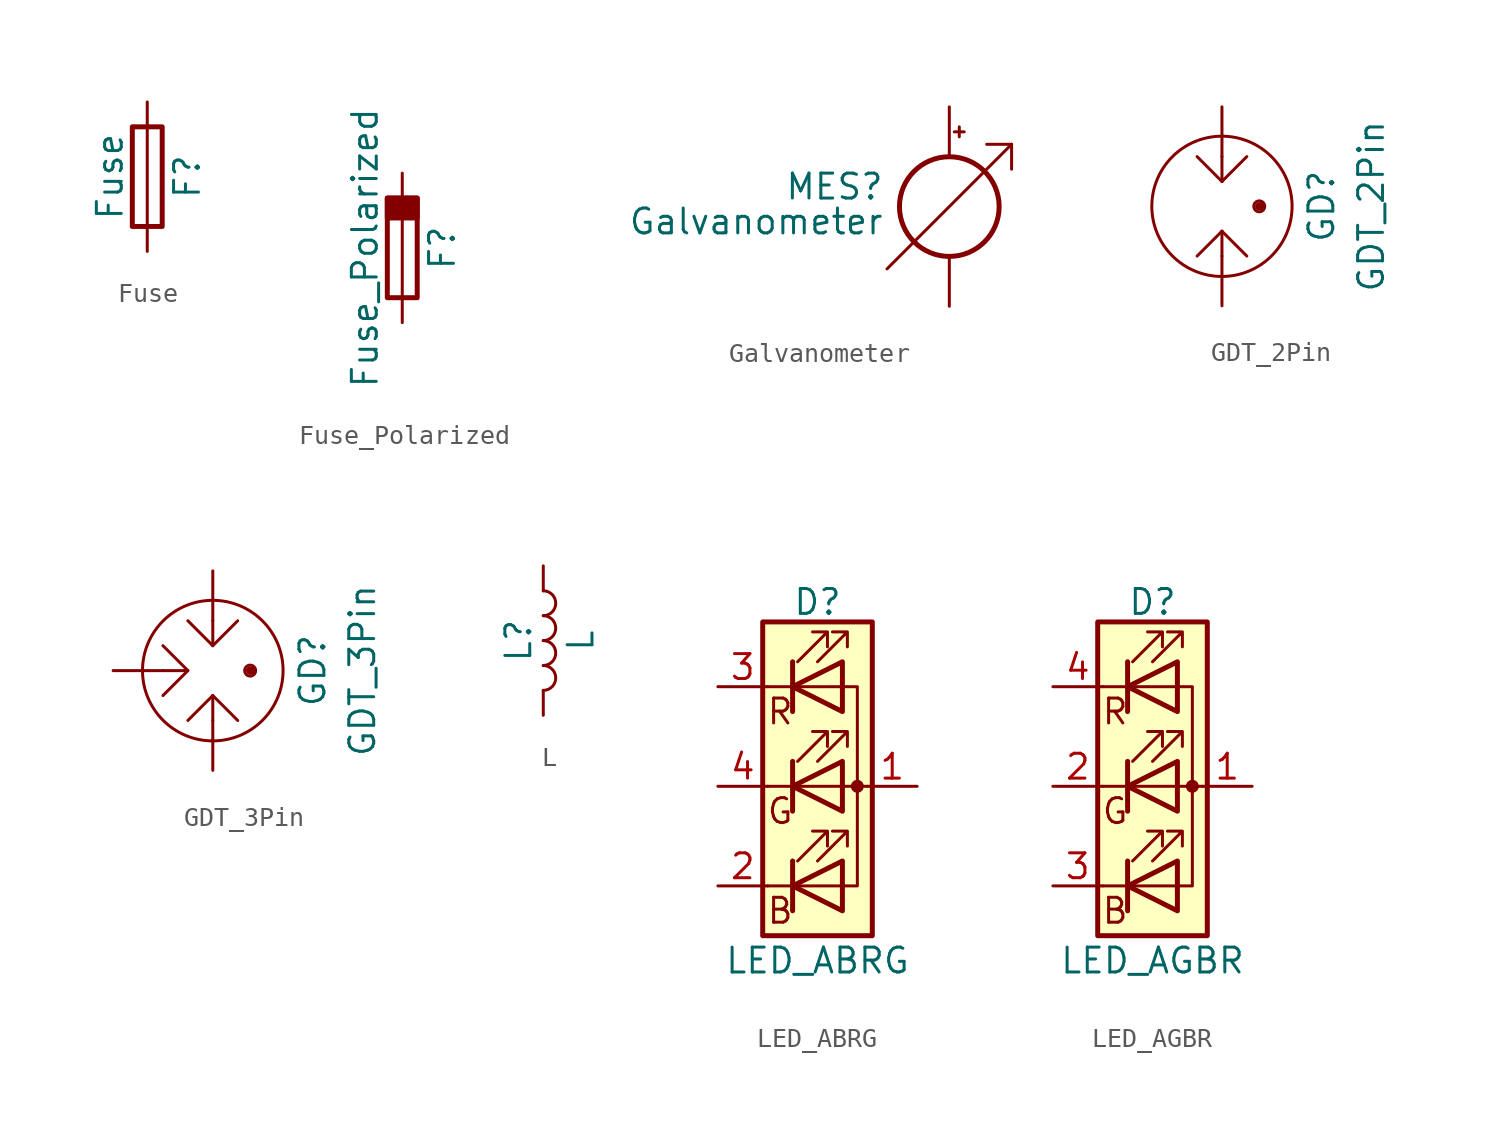
<source format=kicad_sym>
(kicad_symbol_lib
  (version 20211014)
  (generator kicad_symbol_editor)
  (symbol "Fuse"
    (pin_numbers hide)
    (pin_names
      (offset 0))
    (property "Reference" "F"
      (at 2.032 0 90)
      (effects (font (size 1.27 1.27))))
    (property "Value" "Fuse"
      (at -1.905 0 90)
      (effects (font (size 1.27 1.27))))
    (symbol "Fuse_0_1"
      (rectangle (start -0.762 -2.54) (end 0.762 2.54) (stroke (width 0.254) (type default) (color 0 0 0 0)) (fill (type none)))
      (polyline (pts (xy 0 2.54) (xy 0 -2.54)) (stroke (width 0) (type default) (color 0 0 0 0)) (fill (type none))))
    (symbol "Fuse_1_1"
      (pin passive line (at 0 3.81 270) (length 1.27) (name "~" (effects (font (size 1.27 1.27)))) (number "1" (effects (font (size 1.27 1.27)))))
      (pin passive line (at 0 -3.81 90) (length 1.27) (name "~" (effects (font (size 1.27 1.27)))) (number "2" (effects (font (size 1.27 1.27)))))))
  (symbol "Fuse_Polarized"
    (pin_numbers hide)
    (pin_names
      (offset 0))
    (property "Reference" "F"
      (at 2.032 0 90)
      (effects (font (size 1.27 1.27))))
    (property "Value" "Fuse_Polarized"
      (at -1.905 0 90)
      (effects (font (size 1.27 1.27))))
    (symbol "Fuse_Polarized_0_1"
      (rectangle (start -0.762 -2.54) (end 0.762 2.54) (stroke (width 0.254) (type default) (color 0 0 0 0)) (fill (type none)))
      (rectangle (start -0.762 2.54) (end 0.762 1.524) (stroke (width 0.254) (type default) (color 0 0 0 0)) (fill (type outline)))
      (polyline (pts (xy 0 2.54) (xy 0 -2.54)) (stroke (width 0) (type default) (color 0 0 0 0)) (fill (type none))))
    (symbol "Fuse_Polarized_1_1"
      (pin power_in line (at 0 3.81 270) (length 1.27) (name "~" (effects (font (size 1.27 1.27)))) (number "1" (effects (font (size 1.27 1.27)))))
      (pin power_out line (at 0 -3.81 90) (length 1.27) (name "~" (effects (font (size 1.27 1.27)))) (number "2" (effects (font (size 1.27 1.27)))))))
  (symbol "Galvanometer"
    (pin_numbers hide)
    (pin_names
      (offset 0.025) hide)
    (property "Reference" "MES"
      (at -3.302 1.016 0)
      (effects (font (size 1.27 1.27)) (justify right)))
    (property "Value" "Galvanometer"
      (at -3.302 -0.762 0)
      (effects (font (size 1.27 1.27)) (justify right)))
    (symbol "Galvanometer_0_0"
      (polyline (pts (xy -3.175 -3.175) (xy 3.175 3.175)) (stroke (width 0) (type default) (color 0 0 0 0)) (fill (type none)))
      (polyline (pts (xy 1.905 3.175) (xy 3.175 3.175) (xy 3.175 1.905)) (stroke (width 0) (type default) (color 0 0 0 0)) (fill (type none))))
    (symbol "Galvanometer_0_1"
      (polyline (pts (xy 0.254 3.81) (xy 0.762 3.81)) (stroke (width 0) (type default) (color 0 0 0 0)) (fill (type none)))
      (polyline (pts (xy 0.508 4.064) (xy 0.508 3.556)) (stroke (width 0) (type default) (color 0 0 0 0)) (fill (type none)))
      (circle (center 0 0) (radius 2.54) (stroke (width 0.254) (type default) (color 0 0 0 0)) (fill (type none))))
    (symbol "Galvanometer_1_1"
      (pin passive line (at 0 -5.08 90) (length 2.54) (name "-" (effects (font (size 1.27 1.27)))) (number "1" (effects (font (size 1.27 1.27)))))
      (pin passive line (at 0 5.08 270) (length 2.54) (name "+" (effects (font (size 1.27 1.27)))) (number "2" (effects (font (size 1.27 1.27)))))))
  (symbol "GDT_2Pin"
    (pin_numbers hide)
    (property "Reference" "GD"
      (at 5.08 0 90)
      (effects (font (size 1.27 1.27))))
    (property "Value" "GDT_2Pin"
      (at 7.62 0 90)
      (effects (font (size 1.27 1.27))))
    (symbol "GDT_2Pin_0_1"
      (polyline (pts (xy 0 -2.54) (xy 0 -1.27)) (stroke (width 0) (type default) (color 0 0 0 0)) (fill (type none)))
      (polyline (pts (xy 0 -1.27) (xy -1.27 -2.54)) (stroke (width 0) (type default) (color 0 0 0 0)) (fill (type none)))
      (polyline (pts (xy 0 -1.27) (xy 1.27 -2.54)) (stroke (width 0) (type default) (color 0 0 0 0)) (fill (type none)))
      (polyline (pts (xy 0 1.27) (xy -1.27 2.54)) (stroke (width 0) (type default) (color 0 0 0 0)) (fill (type none)))
      (polyline (pts (xy 0 1.27) (xy 1.27 2.54)) (stroke (width 0) (type default) (color 0 0 0 0)) (fill (type none)))
      (polyline (pts (xy 0 2.54) (xy 0 1.27)) (stroke (width 0) (type default) (color 0 0 0 0)) (fill (type none)))
      (circle (center 0 0) (radius 3.581) (stroke (width 0) (type default) (color 0 0 0 0)) (fill (type none)))
      (circle (center 1.905 0) (radius 0.127) (stroke (width 0) (type default) (color 0 0 0 0)) (fill (type none)))
      (circle (center 1.905 0) (radius 0.127) (stroke (width 0) (type default) (color 0 0 0 0)) (fill (type none)))
      (circle (center 1.905 0) (radius 0.279) (stroke (width 0) (type default) (color 0 0 0 0)) (fill (type none)))
      (circle (center 2.032 0) (radius 0.127) (stroke (width 0) (type default) (color 0 0 0 0)) (fill (type none))))
    (symbol "GDT_2Pin_1_1"
      (pin passive line (at 0 -5.08 90) (length 2.54) (name "~" (effects (font (size 1.27 1.27)))) (number "1" (effects (font (size 1.27 1.27)))))
      (pin passive line (at 0 5.08 270) (length 2.54) (name "~" (effects (font (size 1.27 1.27)))) (number "3" (effects (font (size 1.27 1.27)))))))
  (symbol "GDT_3Pin"
    (pin_numbers hide)
    (property "Reference" "GD"
      (at 5.08 0 90)
      (effects (font (size 1.27 1.27))))
    (property "Value" "GDT_3Pin"
      (at 7.62 0 90)
      (effects (font (size 1.27 1.27))))
    (symbol "GDT_3Pin_0_1"
      (polyline (pts (xy -2.54 0) (xy -1.27 0)) (stroke (width 0) (type default) (color 0 0 0 0)) (fill (type none)))
      (polyline (pts (xy 0 -2.54) (xy 0 -1.27)) (stroke (width 0) (type default) (color 0 0 0 0)) (fill (type none)))
      (polyline (pts (xy 0 -1.27) (xy -1.27 -2.54)) (stroke (width 0) (type default) (color 0 0 0 0)) (fill (type none)))
      (polyline (pts (xy 0 -1.27) (xy 1.27 -2.54)) (stroke (width 0) (type default) (color 0 0 0 0)) (fill (type none)))
      (polyline (pts (xy 0 1.27) (xy -1.27 2.54)) (stroke (width 0) (type default) (color 0 0 0 0)) (fill (type none)))
      (polyline (pts (xy 0 1.27) (xy 1.27 2.54)) (stroke (width 0) (type default) (color 0 0 0 0)) (fill (type none)))
      (polyline (pts (xy 0 2.54) (xy 0 1.27)) (stroke (width 0) (type default) (color 0 0 0 0)) (fill (type none)))
      (polyline (pts (xy -2.54 1.27) (xy -1.27 0) (xy -2.54 -1.27)) (stroke (width 0) (type default) (color 0 0 0 0)) (fill (type none)))
      (circle (center 0 0) (radius 3.581) (stroke (width 0) (type default) (color 0 0 0 0)) (fill (type none)))
      (circle (center 1.905 0) (radius 0.127) (stroke (width 0) (type default) (color 0 0 0 0)) (fill (type none)))
      (circle (center 1.905 0) (radius 0.127) (stroke (width 0) (type default) (color 0 0 0 0)) (fill (type none)))
      (circle (center 1.905 0) (radius 0.279) (stroke (width 0) (type default) (color 0 0 0 0)) (fill (type none)))
      (circle (center 2.032 0) (radius 0.127) (stroke (width 0) (type default) (color 0 0 0 0)) (fill (type none))))
    (symbol "GDT_3Pin_1_1"
      (pin passive line (at 0 -5.08 90) (length 2.54) (name "~" (effects (font (size 1.27 1.27)))) (number "1" (effects (font (size 1.27 1.27)))))
      (pin passive line (at -5.08 0 0) (length 2.54) (name "~" (effects (font (size 1.27 1.27)))) (number "2" (effects (font (size 1.27 1.27)))))
      (pin passive line (at 0 5.08 270) (length 2.54) (name "~" (effects (font (size 1.27 1.27)))) (number "3" (effects (font (size 1.27 1.27)))))))
  (symbol "L"
    (pin_numbers hide)
    (pin_names
      (offset 1.016) hide)
    (property "Reference" "L"
      (at -1.27 0 90)
      (effects (font (size 1.27 1.27))))
    (property "Value" "L"
      (at 1.905 0 90)
      (effects (font (size 1.27 1.27))))
    (symbol "L_0_1"
      (arc (start 0 -2.54) (mid 0.635 -1.905) (end 0 -1.27) (stroke (width 0) (type default) (color 0 0 0 0)) (fill (type none)))
      (arc (start 0 -1.27) (mid 0.635 -0.635) (end 0 0) (stroke (width 0) (type default) (color 0 0 0 0)) (fill (type none)))
      (arc (start 0 0) (mid 0.635 0.635) (end 0 1.27) (stroke (width 0) (type default) (color 0 0 0 0)) (fill (type none)))
      (arc (start 0 1.27) (mid 0.635 1.905) (end 0 2.54) (stroke (width 0) (type default) (color 0 0 0 0)) (fill (type none))))
    (symbol "L_1_1"
      (pin passive line (at 0 3.81 270) (length 1.27) (name "1" (effects (font (size 1.27 1.27)))) (number "1" (effects (font (size 1.27 1.27)))))
      (pin passive line (at 0 -3.81 90) (length 1.27) (name "2" (effects (font (size 1.27 1.27)))) (number "2" (effects (font (size 1.27 1.27)))))))
  (symbol "LED_ABRG"
    (pin_names
      (offset 0) hide)
    (property "Reference" "D"
      (at 0 9.398 0)
      (effects (font (size 1.27 1.27))))
    (property "Value" "LED_ABRG"
      (at 0 -8.89 0)
      (effects (font (size 1.27 1.27))))
    (symbol "LED_ABRG_0_0"
      (text "B" (at -1.905 -6.35 0) (effects (font (size 1.27 1.27))))
      (text "G" (at -1.905 -1.27 0) (effects (font (size 1.27 1.27))))
      (text "R" (at -1.905 3.81 0) (effects (font (size 1.27 1.27)))))
    (symbol "LED_ABRG_0_1"
      (polyline (pts (xy -1.27 -5.08) (xy -2.54 -5.08)) (stroke (width 0) (type default) (color 0 0 0 0)) (fill (type none)))
      (polyline (pts (xy -1.27 -5.08) (xy 1.27 -5.08)) (stroke (width 0) (type default) (color 0 0 0 0)) (fill (type none)))
      (polyline (pts (xy -1.27 -3.81) (xy -1.27 -6.35)) (stroke (width 0.254) (type default) (color 0 0 0 0)) (fill (type none)))
      (polyline (pts (xy -1.27 0) (xy -2.54 0)) (stroke (width 0) (type default) (color 0 0 0 0)) (fill (type none)))
      (polyline (pts (xy -1.27 1.27) (xy -1.27 -1.27)) (stroke (width 0.254) (type default) (color 0 0 0 0)) (fill (type none)))
      (polyline (pts (xy -1.27 5.08) (xy -2.54 5.08)) (stroke (width 0) (type default) (color 0 0 0 0)) (fill (type none)))
      (polyline (pts (xy -1.27 5.08) (xy 1.27 5.08)) (stroke (width 0) (type default) (color 0 0 0 0)) (fill (type none)))
      (polyline (pts (xy -1.27 6.35) (xy -1.27 3.81)) (stroke (width 0.254) (type default) (color 0 0 0 0)) (fill (type none)))
      (polyline (pts (xy 1.27 0) (xy -1.27 0)) (stroke (width 0) (type default) (color 0 0 0 0)) (fill (type none)))
      (polyline (pts (xy 1.27 0) (xy 2.54 0)) (stroke (width 0) (type default) (color 0 0 0 0)) (fill (type none)))
      (polyline (pts (xy -1.27 1.27) (xy -1.27 -1.27) (xy -1.27 -1.27)) (stroke (width 0) (type default) (color 0 0 0 0)) (fill (type none)))
      (polyline (pts (xy -1.27 6.35) (xy -1.27 3.81) (xy -1.27 3.81)) (stroke (width 0) (type default) (color 0 0 0 0)) (fill (type none)))
      (polyline (pts (xy 1.27 -5.08) (xy 2.032 -5.08) (xy 2.032 5.08) (xy 1.27 5.08)) (stroke (width 0) (type default) (color 0 0 0 0)) (fill (type none)))
      (polyline (pts (xy 1.27 -3.81) (xy 1.27 -6.35) (xy -1.27 -5.08) (xy 1.27 -3.81)) (stroke (width 0.254) (type default) (color 0 0 0 0)) (fill (type none)))
      (polyline (pts (xy 1.27 1.27) (xy 1.27 -1.27) (xy -1.27 0) (xy 1.27 1.27)) (stroke (width 0.254) (type default) (color 0 0 0 0)) (fill (type none)))
      (polyline (pts (xy 1.27 6.35) (xy 1.27 3.81) (xy -1.27 5.08) (xy 1.27 6.35)) (stroke (width 0.254) (type default) (color 0 0 0 0)) (fill (type none)))
      (polyline (pts (xy -1.016 -3.81) (xy 0.508 -2.286) (xy -0.254 -2.286) (xy 0.508 -2.286) (xy 0.508 -3.048)) (stroke (width 0) (type default) (color 0 0 0 0)) (fill (type none)))
      (polyline (pts (xy -1.016 1.27) (xy 0.508 2.794) (xy -0.254 2.794) (xy 0.508 2.794) (xy 0.508 2.032)) (stroke (width 0) (type default) (color 0 0 0 0)) (fill (type none)))
      (polyline (pts (xy -1.016 6.35) (xy 0.508 7.874) (xy -0.254 7.874) (xy 0.508 7.874) (xy 0.508 7.112)) (stroke (width 0) (type default) (color 0 0 0 0)) (fill (type none)))
      (polyline (pts (xy 0 -3.81) (xy 1.524 -2.286) (xy 0.762 -2.286) (xy 1.524 -2.286) (xy 1.524 -3.048)) (stroke (width 0) (type default) (color 0 0 0 0)) (fill (type none)))
      (polyline (pts (xy 0 1.27) (xy 1.524 2.794) (xy 0.762 2.794) (xy 1.524 2.794) (xy 1.524 2.032)) (stroke (width 0) (type default) (color 0 0 0 0)) (fill (type none)))
      (polyline (pts (xy 0 6.35) (xy 1.524 7.874) (xy 0.762 7.874) (xy 1.524 7.874) (xy 1.524 7.112)) (stroke (width 0) (type default) (color 0 0 0 0)) (fill (type none)))
      (rectangle (start 1.27 -1.27) (end 1.27 1.27) (stroke (width 0) (type default) (color 0 0 0 0)) (fill (type none)))
      (rectangle (start 1.27 1.27) (end 1.27 1.27) (stroke (width 0) (type default) (color 0 0 0 0)) (fill (type none)))
      (rectangle (start 1.27 3.81) (end 1.27 6.35) (stroke (width 0) (type default) (color 0 0 0 0)) (fill (type none)))
      (rectangle (start 1.27 6.35) (end 1.27 6.35) (stroke (width 0) (type default) (color 0 0 0 0)) (fill (type none)))
      (circle (center 2.032 0) (radius 0.254) (stroke (width 0) (type default) (color 0 0 0 0)) (fill (type outline)))
      (rectangle (start 2.794 8.382) (end -2.794 -7.62) (stroke (width 0.254) (type default) (color 0 0 0 0)) (fill (type background))))
    (symbol "LED_ABRG_1_1"
      (pin passive line (at 5.08 0 180) (length 2.54) (name "A" (effects (font (size 1.27 1.27)))) (number "1" (effects (font (size 1.27 1.27)))))
      (pin passive line (at -5.08 -5.08 0) (length 2.54) (name "BK" (effects (font (size 1.27 1.27)))) (number "2" (effects (font (size 1.27 1.27)))))
      (pin passive line (at -5.08 5.08 0) (length 2.54) (name "RK" (effects (font (size 1.27 1.27)))) (number "3" (effects (font (size 1.27 1.27)))))
      (pin passive line (at -5.08 0 0) (length 2.54) (name "GK" (effects (font (size 1.27 1.27)))) (number "4" (effects (font (size 1.27 1.27)))))))
  (symbol "LED_AGBR"
    (pin_names
      (offset 0) hide)
    (property "Reference" "D"
      (at 0 9.398 0)
      (effects (font (size 1.27 1.27))))
    (property "Value" "LED_AGBR"
      (at 0 -8.89 0)
      (effects (font (size 1.27 1.27))))
    (symbol "LED_AGBR_0_0"
      (text "B" (at -1.905 -6.35 0) (effects (font (size 1.27 1.27))))
      (text "G" (at -1.905 -1.27 0) (effects (font (size 1.27 1.27))))
      (text "R" (at -1.905 3.81 0) (effects (font (size 1.27 1.27)))))
    (symbol "LED_AGBR_0_1"
      (polyline (pts (xy -1.27 -5.08) (xy -2.54 -5.08)) (stroke (width 0) (type default) (color 0 0 0 0)) (fill (type none)))
      (polyline (pts (xy -1.27 -5.08) (xy 1.27 -5.08)) (stroke (width 0) (type default) (color 0 0 0 0)) (fill (type none)))
      (polyline (pts (xy -1.27 -3.81) (xy -1.27 -6.35)) (stroke (width 0.254) (type default) (color 0 0 0 0)) (fill (type none)))
      (polyline (pts (xy -1.27 0) (xy -2.54 0)) (stroke (width 0) (type default) (color 0 0 0 0)) (fill (type none)))
      (polyline (pts (xy -1.27 1.27) (xy -1.27 -1.27)) (stroke (width 0.254) (type default) (color 0 0 0 0)) (fill (type none)))
      (polyline (pts (xy -1.27 5.08) (xy -2.54 5.08)) (stroke (width 0) (type default) (color 0 0 0 0)) (fill (type none)))
      (polyline (pts (xy -1.27 5.08) (xy 1.27 5.08)) (stroke (width 0) (type default) (color 0 0 0 0)) (fill (type none)))
      (polyline (pts (xy -1.27 6.35) (xy -1.27 3.81)) (stroke (width 0.254) (type default) (color 0 0 0 0)) (fill (type none)))
      (polyline (pts (xy 1.27 0) (xy -1.27 0)) (stroke (width 0) (type default) (color 0 0 0 0)) (fill (type none)))
      (polyline (pts (xy 1.27 0) (xy 2.54 0)) (stroke (width 0) (type default) (color 0 0 0 0)) (fill (type none)))
      (polyline (pts (xy -1.27 1.27) (xy -1.27 -1.27) (xy -1.27 -1.27)) (stroke (width 0) (type default) (color 0 0 0 0)) (fill (type none)))
      (polyline (pts (xy -1.27 6.35) (xy -1.27 3.81) (xy -1.27 3.81)) (stroke (width 0) (type default) (color 0 0 0 0)) (fill (type none)))
      (polyline (pts (xy 1.27 -5.08) (xy 2.032 -5.08) (xy 2.032 5.08) (xy 1.27 5.08)) (stroke (width 0) (type default) (color 0 0 0 0)) (fill (type none)))
      (polyline (pts (xy 1.27 -3.81) (xy 1.27 -6.35) (xy -1.27 -5.08) (xy 1.27 -3.81)) (stroke (width 0.254) (type default) (color 0 0 0 0)) (fill (type none)))
      (polyline (pts (xy 1.27 1.27) (xy 1.27 -1.27) (xy -1.27 0) (xy 1.27 1.27)) (stroke (width 0.254) (type default) (color 0 0 0 0)) (fill (type none)))
      (polyline (pts (xy 1.27 6.35) (xy 1.27 3.81) (xy -1.27 5.08) (xy 1.27 6.35)) (stroke (width 0.254) (type default) (color 0 0 0 0)) (fill (type none)))
      (polyline (pts (xy -1.016 -3.81) (xy 0.508 -2.286) (xy -0.254 -2.286) (xy 0.508 -2.286) (xy 0.508 -3.048)) (stroke (width 0) (type default) (color 0 0 0 0)) (fill (type none)))
      (polyline (pts (xy -1.016 1.27) (xy 0.508 2.794) (xy -0.254 2.794) (xy 0.508 2.794) (xy 0.508 2.032)) (stroke (width 0) (type default) (color 0 0 0 0)) (fill (type none)))
      (polyline (pts (xy -1.016 6.35) (xy 0.508 7.874) (xy -0.254 7.874) (xy 0.508 7.874) (xy 0.508 7.112)) (stroke (width 0) (type default) (color 0 0 0 0)) (fill (type none)))
      (polyline (pts (xy 0 -3.81) (xy 1.524 -2.286) (xy 0.762 -2.286) (xy 1.524 -2.286) (xy 1.524 -3.048)) (stroke (width 0) (type default) (color 0 0 0 0)) (fill (type none)))
      (polyline (pts (xy 0 1.27) (xy 1.524 2.794) (xy 0.762 2.794) (xy 1.524 2.794) (xy 1.524 2.032)) (stroke (width 0) (type default) (color 0 0 0 0)) (fill (type none)))
      (polyline (pts (xy 0 6.35) (xy 1.524 7.874) (xy 0.762 7.874) (xy 1.524 7.874) (xy 1.524 7.112)) (stroke (width 0) (type default) (color 0 0 0 0)) (fill (type none)))
      (rectangle (start 1.27 -1.27) (end 1.27 1.27) (stroke (width 0) (type default) (color 0 0 0 0)) (fill (type none)))
      (rectangle (start 1.27 1.27) (end 1.27 1.27) (stroke (width 0) (type default) (color 0 0 0 0)) (fill (type none)))
      (rectangle (start 1.27 3.81) (end 1.27 6.35) (stroke (width 0) (type default) (color 0 0 0 0)) (fill (type none)))
      (rectangle (start 1.27 6.35) (end 1.27 6.35) (stroke (width 0) (type default) (color 0 0 0 0)) (fill (type none)))
      (circle (center 2.032 0) (radius 0.254) (stroke (width 0) (type default) (color 0 0 0 0)) (fill (type outline)))
      (rectangle (start 2.794 8.382) (end -2.794 -7.62) (stroke (width 0.254) (type default) (color 0 0 0 0)) (fill (type background))))
    (symbol "LED_AGBR_1_1"
      (pin passive line (at 5.08 0 180) (length 2.54) (name "A" (effects (font (size 1.27 1.27)))) (number "1" (effects (font (size 1.27 1.27)))))
      (pin passive line (at -5.08 0 0) (length 2.54) (name "GK" (effects (font (size 1.27 1.27)))) (number "2" (effects (font (size 1.27 1.27)))))
      (pin passive line (at -5.08 -5.08 0) (length 2.54) (name "BK" (effects (font (size 1.27 1.27)))) (number "3" (effects (font (size 1.27 1.27)))))
      (pin passive line (at -5.08 5.08 0) (length 2.54) (name "RK" (effects (font (size 1.27 1.27)))) (number "4" (effects (font (size 1.27 1.27))))))))
</source>
